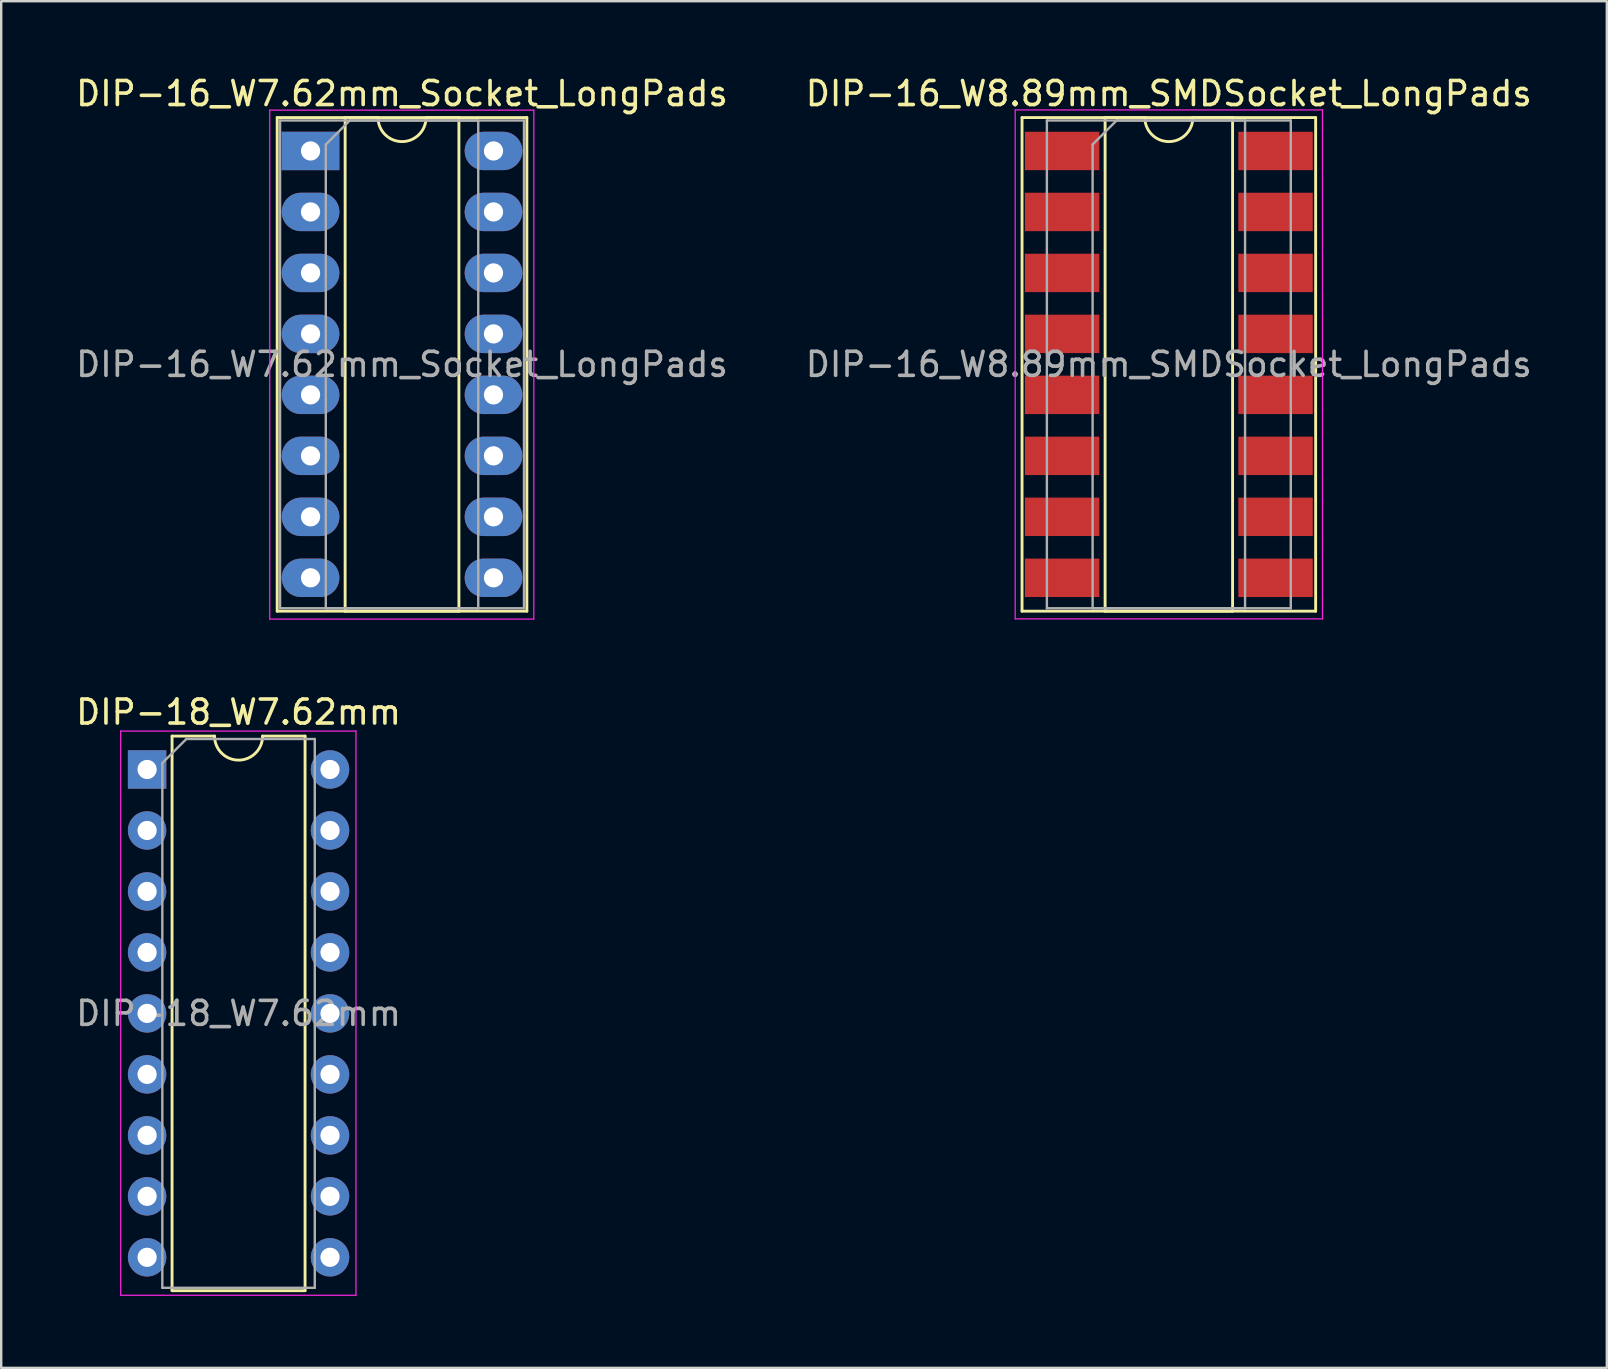
<source format=kicad_pcb>
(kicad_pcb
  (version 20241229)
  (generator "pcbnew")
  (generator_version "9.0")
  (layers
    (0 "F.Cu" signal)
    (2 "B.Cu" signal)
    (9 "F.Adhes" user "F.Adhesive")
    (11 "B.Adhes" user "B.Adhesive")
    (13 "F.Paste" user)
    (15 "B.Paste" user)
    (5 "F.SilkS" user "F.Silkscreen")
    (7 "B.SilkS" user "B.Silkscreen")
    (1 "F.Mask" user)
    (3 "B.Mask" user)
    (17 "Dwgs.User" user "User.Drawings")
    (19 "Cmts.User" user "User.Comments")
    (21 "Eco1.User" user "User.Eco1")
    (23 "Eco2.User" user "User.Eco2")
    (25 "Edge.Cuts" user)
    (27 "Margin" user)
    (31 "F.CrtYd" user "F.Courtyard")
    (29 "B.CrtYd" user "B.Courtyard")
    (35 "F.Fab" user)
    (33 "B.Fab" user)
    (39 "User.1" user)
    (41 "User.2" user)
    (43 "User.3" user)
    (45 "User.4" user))
  (footprint "DIP-16_W7.62mm_Socket_LongPads"
    (layer "F.Cu")
    (at 9.886 3.238)
    (property "Reference" "DIP-16_W7.62mm_Socket_LongPads" (at 3.81 -2.39 0) (layer "F.SilkS") (effects (font (size 1 1) (thickness 0.15))))
    (attr through_hole)
    (fp_line (start -1.39 -1.39) (end -1.39 19.17) (stroke (width 0.12) (type solid)) (layer "F.SilkS"))
    (fp_line (start -1.39 19.17) (end 9.01 19.17) (stroke (width 0.12) (type solid)) (layer "F.SilkS"))
    (fp_line (start 1.44 -1.39) (end 1.44 19.17) (stroke (width 0.12) (type solid)) (layer "F.SilkS"))
    (fp_line (start 1.44 19.17) (end 6.18 19.17) (stroke (width 0.12) (type solid)) (layer "F.SilkS"))
    (fp_line (start 2.81 -1.39) (end 1.44 -1.39) (stroke (width 0.12) (type solid)) (layer "F.SilkS"))
    (fp_line (start 6.18 -1.39) (end 4.81 -1.39) (stroke (width 0.12) (type solid)) (layer "F.SilkS"))
    (fp_line (start 6.18 19.17) (end 6.18 -1.39) (stroke (width 0.12) (type solid)) (layer "F.SilkS"))
    (fp_line (start 9.01 -1.39) (end -1.39 -1.39) (stroke (width 0.12) (type solid)) (layer "F.SilkS"))
    (fp_line (start 9.01 19.17) (end 9.01 -1.39) (stroke (width 0.12) (type solid)) (layer "F.SilkS"))
    (fp_arc (start 4.81 -1.39) (mid 3.81 -0.39) (end 2.81 -1.39) (stroke (width 0.12) (type solid)) (layer "F.SilkS"))
    (fp_line (start -1.7 -1.7) (end -1.7 19.5) (stroke (width 0.05) (type solid)) (layer "F.CrtYd"))
    (fp_line (start -1.7 19.5) (end 9.3 19.5) (stroke (width 0.05) (type solid)) (layer "F.CrtYd"))
    (fp_line (start 9.3 -1.7) (end -1.7 -1.7) (stroke (width 0.05) (type solid)) (layer "F.CrtYd"))
    (fp_line (start 9.3 19.5) (end 9.3 -1.7) (stroke (width 0.05) (type solid)) (layer "F.CrtYd"))
    (fp_line (start -1.27 -1.27) (end -1.27 19.05) (stroke (width 0.1) (type solid)) (layer "F.Fab"))
    (fp_line (start -1.27 19.05) (end 8.89 19.05) (stroke (width 0.1) (type solid)) (layer "F.Fab"))
    (fp_line (start 0.635 -0.27) (end 1.635 -1.27) (stroke (width 0.1) (type solid)) (layer "F.Fab"))
    (fp_line (start 0.635 19.05) (end 0.635 -0.27) (stroke (width 0.1) (type solid)) (layer "F.Fab"))
    (fp_line (start 1.635 -1.27) (end 6.985 -1.27) (stroke (width 0.1) (type solid)) (layer "F.Fab"))
    (fp_line (start 6.985 -1.27) (end 6.985 19.05) (stroke (width 0.1) (type solid)) (layer "F.Fab"))
    (fp_line (start 6.985 19.05) (end 0.635 19.05) (stroke (width 0.1) (type solid)) (layer "F.Fab"))
    (fp_line (start 8.89 -1.27) (end -1.27 -1.27) (stroke (width 0.1) (type solid)) (layer "F.Fab"))
    (fp_line (start 8.89 19.05) (end 8.89 -1.27) (stroke (width 0.1) (type solid)) (layer "F.Fab"))
    (fp_text user "${REFERENCE}" (at 3.81 8.89 0) (layer "F.Fab") (effects (font (size 1 1) (thickness 0.15))))
    (pad "1" thru_hole rect (at 0 0) (size 2.4 1.6) (drill 0.8) (layers "*.Cu" "*.Mask"))
    (pad "2" thru_hole oval (at 0 2.54) (size 2.4 1.6) (drill 0.8) (layers "*.Cu" "*.Mask"))
    (pad "3" thru_hole oval (at 0 5.08) (size 2.4 1.6) (drill 0.8) (layers "*.Cu" "*.Mask"))
    (pad "4" thru_hole oval (at 0 7.62) (size 2.4 1.6) (drill 0.8) (layers "*.Cu" "*.Mask"))
    (pad "5" thru_hole oval (at 0 10.16) (size 2.4 1.6) (drill 0.8) (layers "*.Cu" "*.Mask"))
    (pad "6" thru_hole oval (at 0 12.7) (size 2.4 1.6) (drill 0.8) (layers "*.Cu" "*.Mask"))
    (pad "7" thru_hole oval (at 0 15.24) (size 2.4 1.6) (drill 0.8) (layers "*.Cu" "*.Mask"))
    (pad "8" thru_hole oval (at 0 17.78) (size 2.4 1.6) (drill 0.8) (layers "*.Cu" "*.Mask"))
    (pad "9" thru_hole oval (at 7.62 17.78) (size 2.4 1.6) (drill 0.8) (layers "*.Cu" "*.Mask"))
    (pad "10" thru_hole oval (at 7.62 15.24) (size 2.4 1.6) (drill 0.8) (layers "*.Cu" "*.Mask"))
    (pad "11" thru_hole oval (at 7.62 12.7) (size 2.4 1.6) (drill 0.8) (layers "*.Cu" "*.Mask"))
    (pad "12" thru_hole oval (at 7.62 10.16) (size 2.4 1.6) (drill 0.8) (layers "*.Cu" "*.Mask"))
    (pad "13" thru_hole oval (at 7.62 7.62) (size 2.4 1.6) (drill 0.8) (layers "*.Cu" "*.Mask"))
    (pad "14" thru_hole oval (at 7.62 5.08) (size 2.4 1.6) (drill 0.8) (layers "*.Cu" "*.Mask"))
    (pad "15" thru_hole oval (at 7.62 2.54) (size 2.4 1.6) (drill 0.8) (layers "*.Cu" "*.Mask"))
    (pad "16" thru_hole oval (at 7.62 0) (size 2.4 1.6) (drill 0.8) (layers "*.Cu" "*.Mask")))
  (footprint "DIP-18_W7.62mm"
    (layer "F.Cu")
    (at 3.077 29.002)
    (property "Reference" "DIP-18_W7.62mm" (at 3.81 -2.39 0) (layer "F.SilkS") (effects (font (size 1 1) (thickness 0.15))))
    (attr through_hole)
    (fp_line (start 1.04 -1.39) (end 1.04 21.71) (stroke (width 0.12) (type solid)) (layer "F.SilkS"))
    (fp_line (start 1.04 21.71) (end 6.58 21.71) (stroke (width 0.12) (type solid)) (layer "F.SilkS"))
    (fp_line (start 2.81 -1.39) (end 1.04 -1.39) (stroke (width 0.12) (type solid)) (layer "F.SilkS"))
    (fp_line (start 6.58 -1.39) (end 4.81 -1.39) (stroke (width 0.12) (type solid)) (layer "F.SilkS"))
    (fp_line (start 6.58 21.71) (end 6.58 -1.39) (stroke (width 0.12) (type solid)) (layer "F.SilkS"))
    (fp_arc (start 4.81 -1.39) (mid 3.81 -0.39) (end 2.81 -1.39) (stroke (width 0.12) (type solid)) (layer "F.SilkS"))
    (fp_line (start -1.1 -1.6) (end -1.1 21.9) (stroke (width 0.05) (type solid)) (layer "F.CrtYd"))
    (fp_line (start -1.1 21.9) (end 8.7 21.9) (stroke (width 0.05) (type solid)) (layer "F.CrtYd"))
    (fp_line (start 8.7 -1.6) (end -1.1 -1.6) (stroke (width 0.05) (type solid)) (layer "F.CrtYd"))
    (fp_line (start 8.7 21.9) (end 8.7 -1.6) (stroke (width 0.05) (type solid)) (layer "F.CrtYd"))
    (fp_line (start 0.635 -0.27) (end 1.635 -1.27) (stroke (width 0.1) (type solid)) (layer "F.Fab"))
    (fp_line (start 0.635 21.59) (end 0.635 -0.27) (stroke (width 0.1) (type solid)) (layer "F.Fab"))
    (fp_line (start 1.635 -1.27) (end 6.985 -1.27) (stroke (width 0.1) (type solid)) (layer "F.Fab"))
    (fp_line (start 6.985 -1.27) (end 6.985 21.59) (stroke (width 0.1) (type solid)) (layer "F.Fab"))
    (fp_line (start 6.985 21.59) (end 0.635 21.59) (stroke (width 0.1) (type solid)) (layer "F.Fab"))
    (fp_text user "${REFERENCE}" (at 3.81 10.16 0) (layer "F.Fab") (effects (font (size 1 1) (thickness 0.15))))
    (pad "1" thru_hole rect (at 0 0) (size 1.6 1.6) (drill 0.8) (layers "*.Cu" "*.Mask"))
    (pad "2" thru_hole oval (at 0 2.54) (size 1.6 1.6) (drill 0.8) (layers "*.Cu" "*.Mask"))
    (pad "3" thru_hole oval (at 0 5.08) (size 1.6 1.6) (drill 0.8) (layers "*.Cu" "*.Mask"))
    (pad "4" thru_hole oval (at 0 7.62) (size 1.6 1.6) (drill 0.8) (layers "*.Cu" "*.Mask"))
    (pad "5" thru_hole oval (at 0 10.16) (size 1.6 1.6) (drill 0.8) (layers "*.Cu" "*.Mask"))
    (pad "6" thru_hole oval (at 0 12.7) (size 1.6 1.6) (drill 0.8) (layers "*.Cu" "*.Mask"))
    (pad "7" thru_hole oval (at 0 15.24) (size 1.6 1.6) (drill 0.8) (layers "*.Cu" "*.Mask"))
    (pad "8" thru_hole oval (at 0 17.78) (size 1.6 1.6) (drill 0.8) (layers "*.Cu" "*.Mask"))
    (pad "9" thru_hole oval (at 0 20.32) (size 1.6 1.6) (drill 0.8) (layers "*.Cu" "*.Mask"))
    (pad "10" thru_hole oval (at 7.62 20.32) (size 1.6 1.6) (drill 0.8) (layers "*.Cu" "*.Mask"))
    (pad "11" thru_hole oval (at 7.62 17.78) (size 1.6 1.6) (drill 0.8) (layers "*.Cu" "*.Mask"))
    (pad "12" thru_hole oval (at 7.62 15.24) (size 1.6 1.6) (drill 0.8) (layers "*.Cu" "*.Mask"))
    (pad "13" thru_hole oval (at 7.62 12.7) (size 1.6 1.6) (drill 0.8) (layers "*.Cu" "*.Mask"))
    (pad "14" thru_hole oval (at 7.62 10.16) (size 1.6 1.6) (drill 0.8) (layers "*.Cu" "*.Mask"))
    (pad "15" thru_hole oval (at 7.62 7.62) (size 1.6 1.6) (drill 0.8) (layers "*.Cu" "*.Mask"))
    (pad "16" thru_hole oval (at 7.62 5.08) (size 1.6 1.6) (drill 0.8) (layers "*.Cu" "*.Mask"))
    (pad "17" thru_hole oval (at 7.62 2.54) (size 1.6 1.6) (drill 0.8) (layers "*.Cu" "*.Mask"))
    (pad "18" thru_hole oval (at 7.62 0) (size 1.6 1.6) (drill 0.8) (layers "*.Cu" "*.Mask")))
  (footprint "DIP-16_W8.89mm_SMDSocket_LongPads"
    (layer "F.Cu")
    (at 45.637 12.128)
    (property "Reference" "DIP-16_W8.89mm_SMDSocket_LongPads" (at 0 -11.28 0) (layer "F.SilkS") (effects (font (size 1 1) (thickness 0.15))))
    (attr smd)
    (fp_line (start -6.115 -10.28) (end -6.115 10.28) (stroke (width 0.12) (type solid)) (layer "F.SilkS"))
    (fp_line (start -6.115 10.28) (end 6.115 10.28) (stroke (width 0.12) (type solid)) (layer "F.SilkS"))
    (fp_line (start -2.655 -10.28) (end -2.655 10.28) (stroke (width 0.12) (type solid)) (layer "F.SilkS"))
    (fp_line (start -2.655 10.28) (end 2.655 10.28) (stroke (width 0.12) (type solid)) (layer "F.SilkS"))
    (fp_line (start -1 -10.28) (end -2.655 -10.28) (stroke (width 0.12) (type solid)) (layer "F.SilkS"))
    (fp_line (start 2.655 -10.28) (end 1 -10.28) (stroke (width 0.12) (type solid)) (layer "F.SilkS"))
    (fp_line (start 2.655 10.28) (end 2.655 -10.28) (stroke (width 0.12) (type solid)) (layer "F.SilkS"))
    (fp_line (start 6.115 -10.28) (end -6.115 -10.28) (stroke (width 0.12) (type solid)) (layer "F.SilkS"))
    (fp_line (start 6.115 10.28) (end 6.115 -10.28) (stroke (width 0.12) (type solid)) (layer "F.SilkS"))
    (fp_arc (start 1 -10.28) (mid 0 -9.28) (end -1 -10.28) (stroke (width 0.12) (type solid)) (layer "F.SilkS"))
    (fp_line (start -6.4 -10.6) (end -6.4 10.6) (stroke (width 0.05) (type solid)) (layer "F.CrtYd"))
    (fp_line (start -6.4 10.6) (end 6.4 10.6) (stroke (width 0.05) (type solid)) (layer "F.CrtYd"))
    (fp_line (start 6.4 -10.6) (end -6.4 -10.6) (stroke (width 0.05) (type solid)) (layer "F.CrtYd"))
    (fp_line (start 6.4 10.6) (end 6.4 -10.6) (stroke (width 0.05) (type solid)) (layer "F.CrtYd"))
    (fp_line (start -5.08 -10.16) (end -5.08 10.16) (stroke (width 0.1) (type solid)) (layer "F.Fab"))
    (fp_line (start -5.08 10.16) (end 5.08 10.16) (stroke (width 0.1) (type solid)) (layer "F.Fab"))
    (fp_line (start -3.175 -9.16) (end -2.175 -10.16) (stroke (width 0.1) (type solid)) (layer "F.Fab"))
    (fp_line (start -3.175 10.16) (end -3.175 -9.16) (stroke (width 0.1) (type solid)) (layer "F.Fab"))
    (fp_line (start -2.175 -10.16) (end 3.175 -10.16) (stroke (width 0.1) (type solid)) (layer "F.Fab"))
    (fp_line (start 3.175 -10.16) (end 3.175 10.16) (stroke (width 0.1) (type solid)) (layer "F.Fab"))
    (fp_line (start 3.175 10.16) (end -3.175 10.16) (stroke (width 0.1) (type solid)) (layer "F.Fab"))
    (fp_line (start 5.08 -10.16) (end -5.08 -10.16) (stroke (width 0.1) (type solid)) (layer "F.Fab"))
    (fp_line (start 5.08 10.16) (end 5.08 -10.16) (stroke (width 0.1) (type solid)) (layer "F.Fab"))
    (fp_text user "${REFERENCE}" (at 0 0 0) (layer "F.Fab") (effects (font (size 1 1) (thickness 0.15))))
    (pad "1" smd rect (at -4.445 -8.89) (size 3.1 1.6) (layers "F.Cu" "F.Mask" "F.Paste"))
    (pad "2" smd rect (at -4.445 -6.35) (size 3.1 1.6) (layers "F.Cu" "F.Mask" "F.Paste"))
    (pad "3" smd rect (at -4.445 -3.81) (size 3.1 1.6) (layers "F.Cu" "F.Mask" "F.Paste"))
    (pad "4" smd rect (at -4.445 -1.27) (size 3.1 1.6) (layers "F.Cu" "F.Mask" "F.Paste"))
    (pad "5" smd rect (at -4.445 1.27) (size 3.1 1.6) (layers "F.Cu" "F.Mask" "F.Paste"))
    (pad "6" smd rect (at -4.445 3.81) (size 3.1 1.6) (layers "F.Cu" "F.Mask" "F.Paste"))
    (pad "7" smd rect (at -4.445 6.35) (size 3.1 1.6) (layers "F.Cu" "F.Mask" "F.Paste"))
    (pad "8" smd rect (at -4.445 8.89) (size 3.1 1.6) (layers "F.Cu" "F.Mask" "F.Paste"))
    (pad "9" smd rect (at 4.445 8.89) (size 3.1 1.6) (layers "F.Cu" "F.Mask" "F.Paste"))
    (pad "10" smd rect (at 4.445 6.35) (size 3.1 1.6) (layers "F.Cu" "F.Mask" "F.Paste"))
    (pad "11" smd rect (at 4.445 3.81) (size 3.1 1.6) (layers "F.Cu" "F.Mask" "F.Paste"))
    (pad "12" smd rect (at 4.445 1.27) (size 3.1 1.6) (layers "F.Cu" "F.Mask" "F.Paste"))
    (pad "13" smd rect (at 4.445 -1.27) (size 3.1 1.6) (layers "F.Cu" "F.Mask" "F.Paste"))
    (pad "14" smd rect (at 4.445 -3.81) (size 3.1 1.6) (layers "F.Cu" "F.Mask" "F.Paste"))
    (pad "15" smd rect (at 4.445 -6.35) (size 3.1 1.6) (layers "F.Cu" "F.Mask" "F.Paste"))
    (pad "16" smd rect (at 4.445 -8.89) (size 3.1 1.6) (layers "F.Cu" "F.Mask" "F.Paste")))
  (gr_rect
    (start -3 -3)
    (end 63.881 53.926)
    (stroke (width 0.1) (type default))
    (fill no)
    (layer "Edge.Cuts")))
</source>
